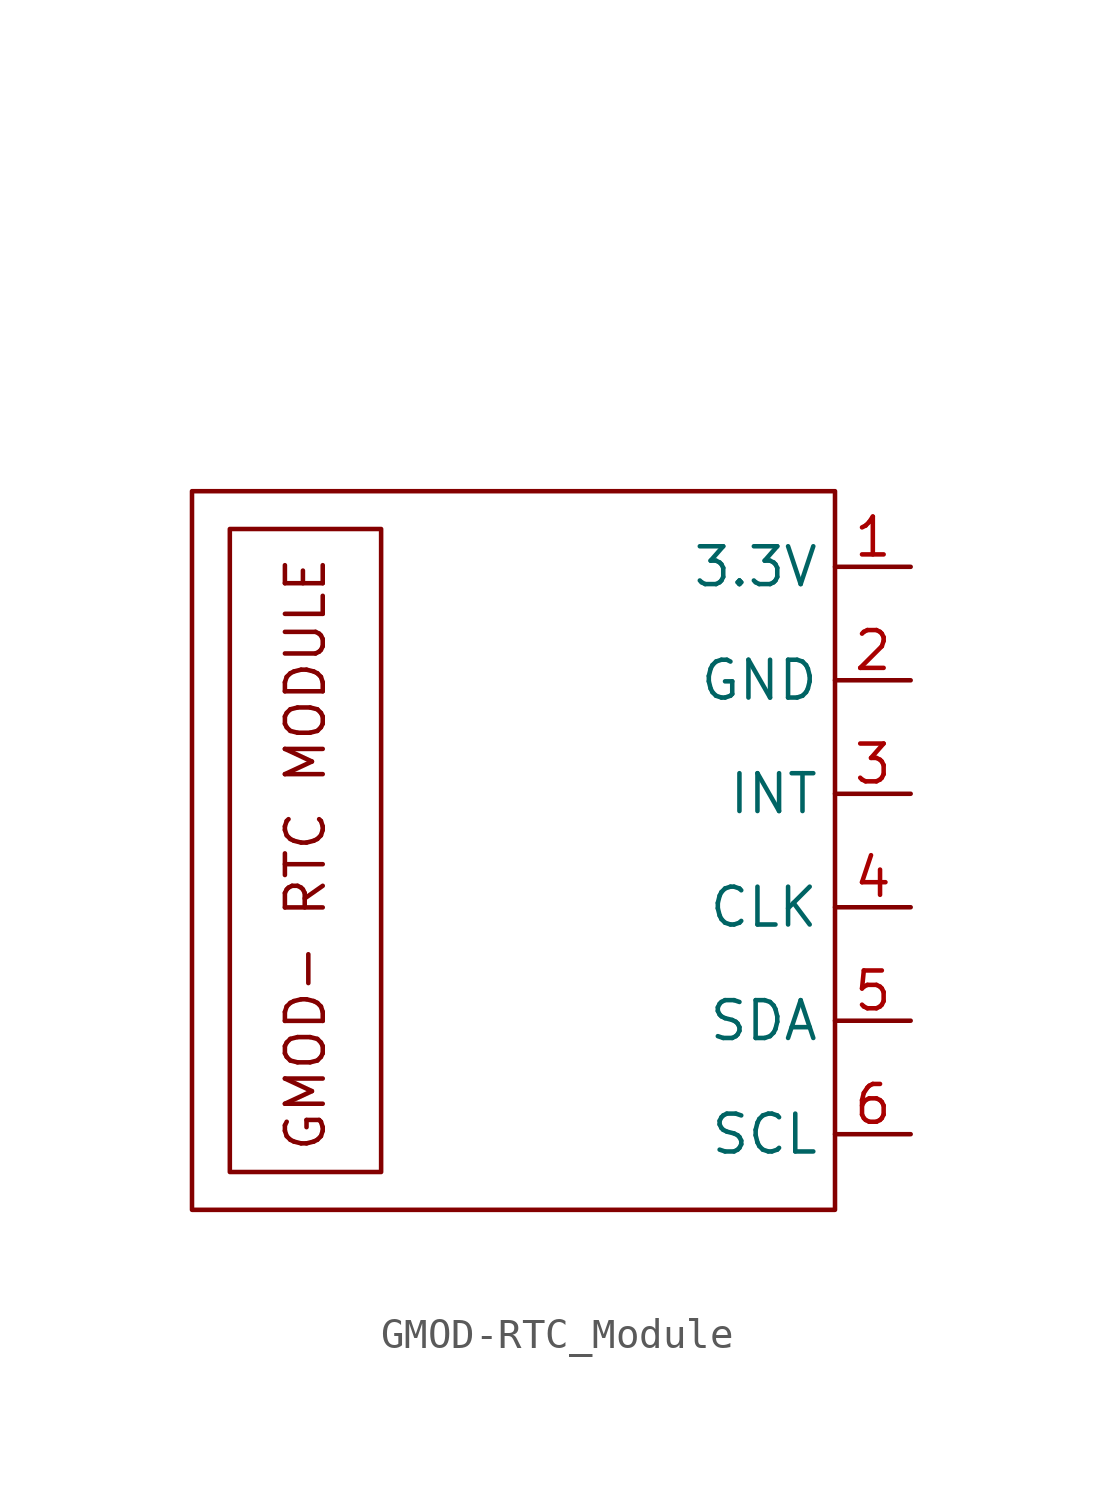
<source format=kicad_sym>
(kicad_symbol_lib
  (version 20241209)
  (generator "kicad_symbol_editor")
  (generator_version "9.0")
  (symbol "GMOD-RTC_Module"
    (property "Reference" "U"
      (at 10.414 28.956 0)
      (effects (font (size 1.27 1.27)) (hide yes)))
    (property "Value" ""
      (at -2.54 20.32 0)
      (effects (font (size 1.27 1.27))))
    (symbol "GMOD-RTC_Module_0_1"
      (rectangle (start -11.43 11.43) (end 10.16 -12.7) (stroke (width 0) (type default)) (fill (type none))))
    (symbol "GMOD-RTC_Module_1_1"
      (rectangle (start -10.16 10.16) (end -5.08 -11.43) (stroke (width 0) (type default)) (fill (type none)))
      (text "GMOD- RTC MODULE" (at -7.62 -0.762 900) (effects (font (size 1.27 1.27))))
      (pin power_in line (at 12.7 8.89 180) (length 2.54) (name "3.3V" (effects (font (size 1.27 1.27)))) (number "1" (effects (font (size 1.27 1.27)))))
      (pin power_in line (at 12.7 5.08 180) (length 2.54) (name "GND" (effects (font (size 1.27 1.27)))) (number "2" (effects (font (size 1.27 1.27)))))
      (pin bidirectional line (at 12.7 1.27 180) (length 2.54) (name "INT" (effects (font (size 1.27 1.27)))) (number "3" (effects (font (size 1.27 1.27)))))
      (pin bidirectional line (at 12.7 -2.54 180) (length 2.54) (name "CLK" (effects (font (size 1.27 1.27)))) (number "4" (effects (font (size 1.27 1.27)))))
      (pin bidirectional line (at 12.7 -6.35 180) (length 2.54) (name "SDA" (effects (font (size 1.27 1.27)))) (number "5" (effects (font (size 1.27 1.27)))))
      (pin bidirectional line (at 12.7 -10.16 180) (length 2.54) (name "SCL" (effects (font (size 1.27 1.27)))) (number "6" (effects (font (size 1.27 1.27))))))))
</source>
